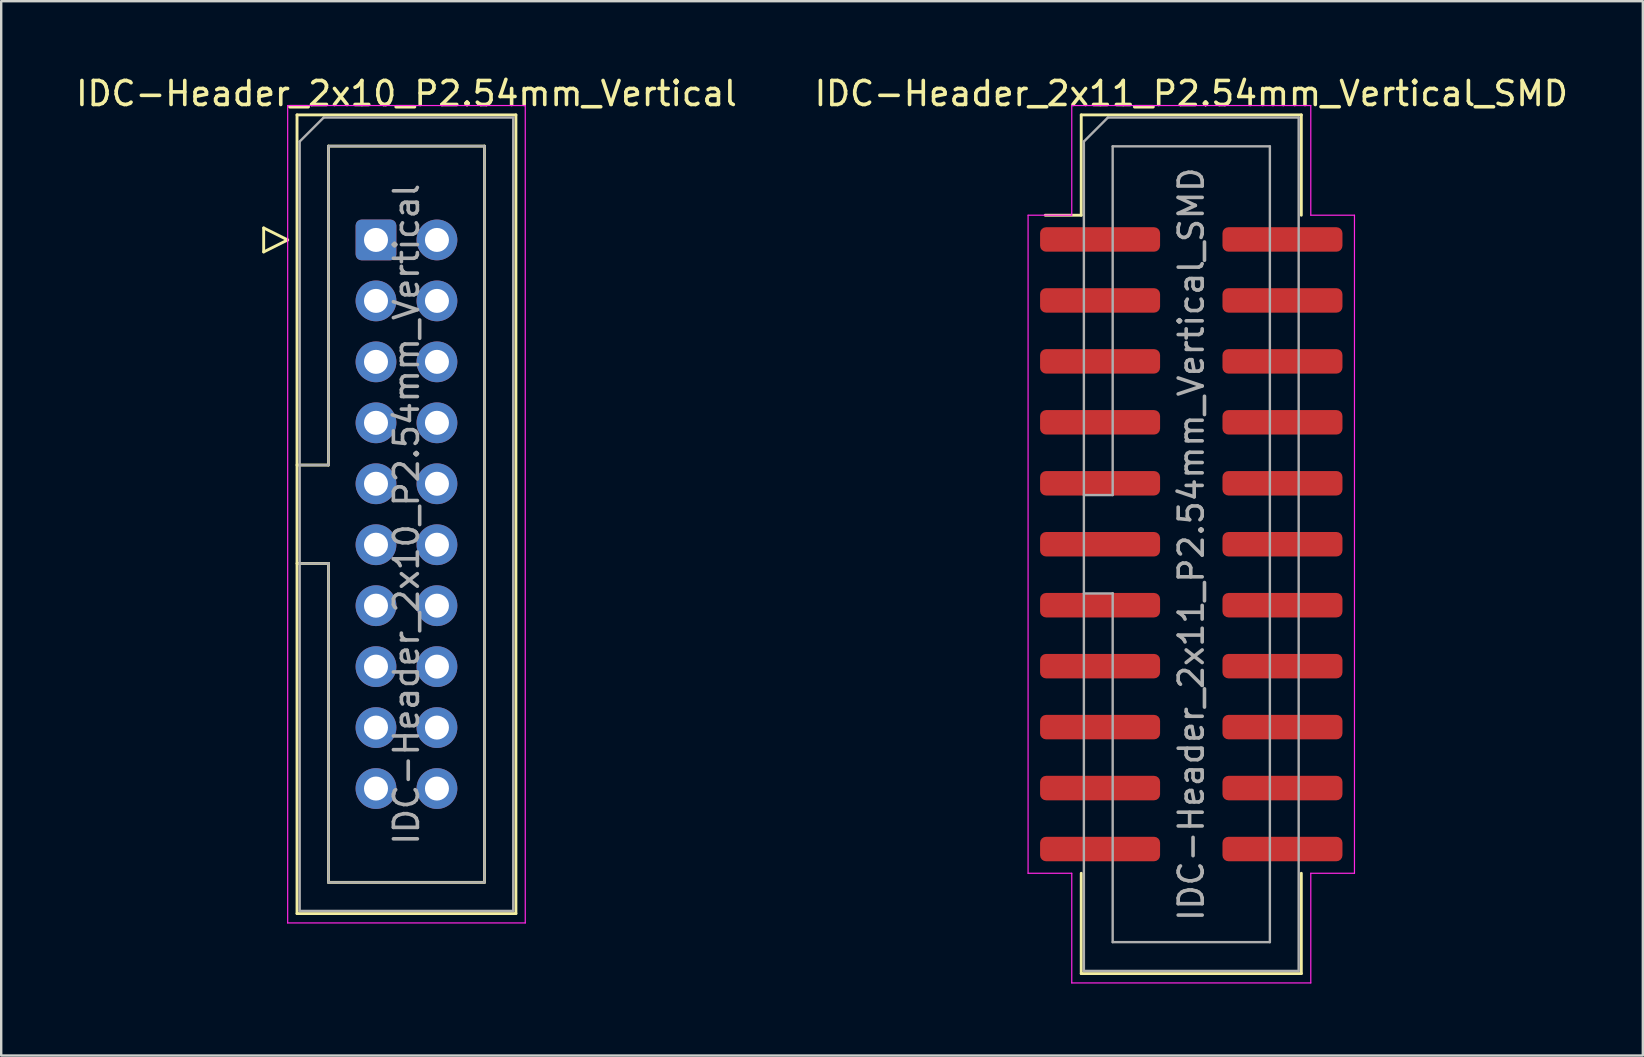
<source format=kicad_pcb>
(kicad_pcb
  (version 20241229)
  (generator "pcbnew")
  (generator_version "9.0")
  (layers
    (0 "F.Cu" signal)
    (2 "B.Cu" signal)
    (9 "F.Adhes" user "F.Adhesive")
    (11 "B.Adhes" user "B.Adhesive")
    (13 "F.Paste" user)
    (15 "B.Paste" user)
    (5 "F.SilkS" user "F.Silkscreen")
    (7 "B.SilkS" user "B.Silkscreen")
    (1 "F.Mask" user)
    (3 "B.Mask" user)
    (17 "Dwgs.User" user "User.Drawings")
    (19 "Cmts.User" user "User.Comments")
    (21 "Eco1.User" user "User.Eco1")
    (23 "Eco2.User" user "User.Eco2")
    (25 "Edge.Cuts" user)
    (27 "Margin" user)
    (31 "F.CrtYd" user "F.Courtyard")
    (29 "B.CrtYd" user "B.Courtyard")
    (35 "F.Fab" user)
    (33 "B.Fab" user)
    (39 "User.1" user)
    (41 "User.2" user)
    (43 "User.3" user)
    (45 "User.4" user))
  (footprint "IDC-Header_2x11_P2.54mm_Vertical_SMD"
    (layer "F.Cu")
    (at 46.589 19.628)
    (property "Reference" "IDC-Header_2x11_P2.54mm_Vertical_SMD" (at 0 -18.78 0) (layer "F.SilkS") (effects (font (size 1 1) (thickness 0.15))))
    (attr smd)
    (fp_line (start -4.585 -17.89) (end 4.585 -17.89) (stroke (width 0.12) (type solid)) (layer "F.SilkS"))
    (fp_line (start -4.585 -13.71) (end -6.085 -13.71) (stroke (width 0.12) (type solid)) (layer "F.SilkS"))
    (fp_line (start -4.585 -13.71) (end -4.585 -17.89) (stroke (width 0.12) (type solid)) (layer "F.SilkS"))
    (fp_line (start -4.585 13.71) (end -4.585 17.89) (stroke (width 0.12) (type solid)) (layer "F.SilkS"))
    (fp_line (start -4.585 17.89) (end 4.585 17.89) (stroke (width 0.12) (type solid)) (layer "F.SilkS"))
    (fp_line (start 4.585 -17.89) (end 4.585 -13.71) (stroke (width 0.12) (type solid)) (layer "F.SilkS"))
    (fp_line (start 4.585 17.89) (end 4.585 13.71) (stroke (width 0.12) (type solid)) (layer "F.SilkS"))
    (fp_line (start -6.8 -13.71) (end -6.8 13.71) (stroke (width 0.05) (type solid)) (layer "F.CrtYd"))
    (fp_line (start -6.8 13.71) (end -4.98 13.71) (stroke (width 0.05) (type solid)) (layer "F.CrtYd"))
    (fp_line (start -4.98 -18.28) (end -4.98 -13.71) (stroke (width 0.05) (type solid)) (layer "F.CrtYd"))
    (fp_line (start -4.98 -13.71) (end -6.8 -13.71) (stroke (width 0.05) (type solid)) (layer "F.CrtYd"))
    (fp_line (start -4.98 13.71) (end -4.98 18.28) (stroke (width 0.05) (type solid)) (layer "F.CrtYd"))
    (fp_line (start -4.98 18.28) (end 4.98 18.28) (stroke (width 0.05) (type solid)) (layer "F.CrtYd"))
    (fp_line (start 4.98 -18.28) (end -4.98 -18.28) (stroke (width 0.05) (type solid)) (layer "F.CrtYd"))
    (fp_line (start 4.98 -13.71) (end 4.98 -18.28) (stroke (width 0.05) (type solid)) (layer "F.CrtYd"))
    (fp_line (start 4.98 13.71) (end 6.8 13.71) (stroke (width 0.05) (type solid)) (layer "F.CrtYd"))
    (fp_line (start 4.98 18.28) (end 4.98 13.71) (stroke (width 0.05) (type solid)) (layer "F.CrtYd"))
    (fp_line (start 6.8 -13.71) (end 4.98 -13.71) (stroke (width 0.05) (type solid)) (layer "F.CrtYd"))
    (fp_line (start 6.8 13.71) (end 6.8 -13.71) (stroke (width 0.05) (type solid)) (layer "F.CrtYd"))
    (fp_line (start -4.475 -16.78) (end -3.475 -17.78) (stroke (width 0.1) (type solid)) (layer "F.Fab"))
    (fp_line (start -4.475 -2.05) (end -3.275 -2.05) (stroke (width 0.1) (type solid)) (layer "F.Fab"))
    (fp_line (start -4.475 17.78) (end -4.475 -16.78) (stroke (width 0.1) (type solid)) (layer "F.Fab"))
    (fp_line (start -3.475 -17.78) (end 4.475 -17.78) (stroke (width 0.1) (type solid)) (layer "F.Fab"))
    (fp_line (start -3.275 -16.58) (end 3.275 -16.58) (stroke (width 0.1) (type solid)) (layer "F.Fab"))
    (fp_line (start -3.275 -2.05) (end -3.275 -16.58) (stroke (width 0.1) (type solid)) (layer "F.Fab"))
    (fp_line (start -3.275 2.05) (end -4.475 2.05) (stroke (width 0.1) (type solid)) (layer "F.Fab"))
    (fp_line (start -3.275 2.05) (end -3.275 2.05) (stroke (width 0.1) (type solid)) (layer "F.Fab"))
    (fp_line (start -3.275 16.58) (end -3.275 2.05) (stroke (width 0.1) (type solid)) (layer "F.Fab"))
    (fp_line (start 3.275 -16.58) (end 3.275 16.58) (stroke (width 0.1) (type solid)) (layer "F.Fab"))
    (fp_line (start 3.275 16.58) (end -3.275 16.58) (stroke (width 0.1) (type solid)) (layer "F.Fab"))
    (fp_line (start 4.475 -17.78) (end 4.475 17.78) (stroke (width 0.1) (type solid)) (layer "F.Fab"))
    (fp_line (start 4.475 17.78) (end -4.475 17.78) (stroke (width 0.1) (type solid)) (layer "F.Fab"))
    (fp_text user "${REFERENCE}" (at 0 0 90) (layer "F.Fab") (effects (font (size 1 1) (thickness 0.15))))
    (pad "1" smd roundrect (at -3.8 -12.7) (size 5 1.02) (layers "F.Cu" "F.Mask" "F.Paste") (roundrect_rratio 0.245))
    (pad "2" smd roundrect (at 3.8 -12.7) (size 5 1.02) (layers "F.Cu" "F.Mask" "F.Paste") (roundrect_rratio 0.245))
    (pad "3" smd roundrect (at -3.8 -10.16) (size 5 1.02) (layers "F.Cu" "F.Mask" "F.Paste") (roundrect_rratio 0.245))
    (pad "4" smd roundrect (at 3.8 -10.16) (size 5 1.02) (layers "F.Cu" "F.Mask" "F.Paste") (roundrect_rratio 0.245))
    (pad "5" smd roundrect (at -3.8 -7.62) (size 5 1.02) (layers "F.Cu" "F.Mask" "F.Paste") (roundrect_rratio 0.245))
    (pad "6" smd roundrect (at 3.8 -7.62) (size 5 1.02) (layers "F.Cu" "F.Mask" "F.Paste") (roundrect_rratio 0.245))
    (pad "7" smd roundrect (at -3.8 -5.08) (size 5 1.02) (layers "F.Cu" "F.Mask" "F.Paste") (roundrect_rratio 0.245))
    (pad "8" smd roundrect (at 3.8 -5.08) (size 5 1.02) (layers "F.Cu" "F.Mask" "F.Paste") (roundrect_rratio 0.245))
    (pad "9" smd roundrect (at -3.8 -2.54) (size 5 1.02) (layers "F.Cu" "F.Mask" "F.Paste") (roundrect_rratio 0.245))
    (pad "10" smd roundrect (at 3.8 -2.54) (size 5 1.02) (layers "F.Cu" "F.Mask" "F.Paste") (roundrect_rratio 0.245))
    (pad "11" smd roundrect (at -3.8 0) (size 5 1.02) (layers "F.Cu" "F.Mask" "F.Paste") (roundrect_rratio 0.245))
    (pad "12" smd roundrect (at 3.8 0) (size 5 1.02) (layers "F.Cu" "F.Mask" "F.Paste") (roundrect_rratio 0.245))
    (pad "13" smd roundrect (at -3.8 2.54) (size 5 1.02) (layers "F.Cu" "F.Mask" "F.Paste") (roundrect_rratio 0.245))
    (pad "14" smd roundrect (at 3.8 2.54) (size 5 1.02) (layers "F.Cu" "F.Mask" "F.Paste") (roundrect_rratio 0.245))
    (pad "15" smd roundrect (at -3.8 5.08) (size 5 1.02) (layers "F.Cu" "F.Mask" "F.Paste") (roundrect_rratio 0.245))
    (pad "16" smd roundrect (at 3.8 5.08) (size 5 1.02) (layers "F.Cu" "F.Mask" "F.Paste") (roundrect_rratio 0.245))
    (pad "17" smd roundrect (at -3.8 7.62) (size 5 1.02) (layers "F.Cu" "F.Mask" "F.Paste") (roundrect_rratio 0.245))
    (pad "18" smd roundrect (at 3.8 7.62) (size 5 1.02) (layers "F.Cu" "F.Mask" "F.Paste") (roundrect_rratio 0.245))
    (pad "19" smd roundrect (at -3.8 10.16) (size 5 1.02) (layers "F.Cu" "F.Mask" "F.Paste") (roundrect_rratio 0.245))
    (pad "20" smd roundrect (at 3.8 10.16) (size 5 1.02) (layers "F.Cu" "F.Mask" "F.Paste") (roundrect_rratio 0.245))
    (pad "21" smd roundrect (at -3.8 12.7) (size 5 1.02) (layers "F.Cu" "F.Mask" "F.Paste") (roundrect_rratio 0.245))
    (pad "22" smd roundrect (at 3.8 12.7) (size 5 1.02) (layers "F.Cu" "F.Mask" "F.Paste") (roundrect_rratio 0.245)))
  (footprint "IDC-Header_2x10_P2.54mm_Vertical"
    (layer "F.Cu")
    (at 12.617 6.948)
    (property "Reference" "IDC-Header_2x10_P2.54mm_Vertical" (at 1.27 -6.1 0) (layer "F.SilkS") (effects (font (size 1 1) (thickness 0.15))))
    (attr through_hole)
    (fp_line (start -4.68 -0.5) (end -4.68 0.5) (stroke (width 0.12) (type solid)) (layer "F.SilkS"))
    (fp_line (start -4.68 0.5) (end -3.68 0) (stroke (width 0.12) (type solid)) (layer "F.SilkS"))
    (fp_line (start -3.68 0) (end -4.68 -0.5) (stroke (width 0.12) (type solid)) (layer "F.SilkS"))
    (fp_line (start -3.29 -5.21) (end 5.83 -5.21) (stroke (width 0.12) (type solid)) (layer "F.SilkS"))
    (fp_line (start -3.29 9.38) (end -1.98 9.38) (stroke (width 0.12) (type solid)) (layer "F.SilkS"))
    (fp_line (start -3.29 28.07) (end -3.29 -5.21) (stroke (width 0.12) (type solid)) (layer "F.SilkS"))
    (fp_line (start -1.98 -3.91) (end 4.52 -3.91) (stroke (width 0.12) (type solid)) (layer "F.SilkS"))
    (fp_line (start -1.98 9.38) (end -1.98 -3.91) (stroke (width 0.12) (type solid)) (layer "F.SilkS"))
    (fp_line (start -1.98 13.48) (end -3.29 13.48) (stroke (width 0.12) (type solid)) (layer "F.SilkS"))
    (fp_line (start -1.98 13.48) (end -1.98 13.48) (stroke (width 0.12) (type solid)) (layer "F.SilkS"))
    (fp_line (start -1.98 26.77) (end -1.98 13.48) (stroke (width 0.12) (type solid)) (layer "F.SilkS"))
    (fp_line (start 4.52 -3.91) (end 4.52 26.77) (stroke (width 0.12) (type solid)) (layer "F.SilkS"))
    (fp_line (start 4.52 26.77) (end -1.98 26.77) (stroke (width 0.12) (type solid)) (layer "F.SilkS"))
    (fp_line (start 5.83 -5.21) (end 5.83 28.07) (stroke (width 0.12) (type solid)) (layer "F.SilkS"))
    (fp_line (start 5.83 28.07) (end -3.29 28.07) (stroke (width 0.12) (type solid)) (layer "F.SilkS"))
    (fp_line (start -3.68 -5.6) (end -3.68 28.46) (stroke (width 0.05) (type solid)) (layer "F.CrtYd"))
    (fp_line (start -3.68 28.46) (end 6.22 28.46) (stroke (width 0.05) (type solid)) (layer "F.CrtYd"))
    (fp_line (start 6.22 -5.6) (end -3.68 -5.6) (stroke (width 0.05) (type solid)) (layer "F.CrtYd"))
    (fp_line (start 6.22 28.46) (end 6.22 -5.6) (stroke (width 0.05) (type solid)) (layer "F.CrtYd"))
    (fp_line (start -3.18 -4.1) (end -2.18 -5.1) (stroke (width 0.1) (type solid)) (layer "F.Fab"))
    (fp_line (start -3.18 9.38) (end -1.98 9.38) (stroke (width 0.1) (type solid)) (layer "F.Fab"))
    (fp_line (start -3.18 27.96) (end -3.18 -4.1) (stroke (width 0.1) (type solid)) (layer "F.Fab"))
    (fp_line (start -2.18 -5.1) (end 5.72 -5.1) (stroke (width 0.1) (type solid)) (layer "F.Fab"))
    (fp_line (start -1.98 -3.91) (end 4.52 -3.91) (stroke (width 0.1) (type solid)) (layer "F.Fab"))
    (fp_line (start -1.98 9.38) (end -1.98 -3.91) (stroke (width 0.1) (type solid)) (layer "F.Fab"))
    (fp_line (start -1.98 13.48) (end -3.18 13.48) (stroke (width 0.1) (type solid)) (layer "F.Fab"))
    (fp_line (start -1.98 13.48) (end -1.98 13.48) (stroke (width 0.1) (type solid)) (layer "F.Fab"))
    (fp_line (start -1.98 26.77) (end -1.98 13.48) (stroke (width 0.1) (type solid)) (layer "F.Fab"))
    (fp_line (start 4.52 -3.91) (end 4.52 26.77) (stroke (width 0.1) (type solid)) (layer "F.Fab"))
    (fp_line (start 4.52 26.77) (end -1.98 26.77) (stroke (width 0.1) (type solid)) (layer "F.Fab"))
    (fp_line (start 5.72 -5.1) (end 5.72 27.96) (stroke (width 0.1) (type solid)) (layer "F.Fab"))
    (fp_line (start 5.72 27.96) (end -3.18 27.96) (stroke (width 0.1) (type solid)) (layer "F.Fab"))
    (fp_text user "${REFERENCE}" (at 1.27 11.43 90) (layer "F.Fab") (effects (font (size 1 1) (thickness 0.15))))
    (pad "1" thru_hole roundrect (at 0 0) (size 1.7 1.7) (drill 1) (layers "*.Cu" "*.Mask") (roundrect_rratio 0.147))
    (pad "2" thru_hole circle (at 2.54 0) (size 1.7 1.7) (drill 1) (layers "*.Cu" "*.Mask"))
    (pad "3" thru_hole circle (at 0 2.54) (size 1.7 1.7) (drill 1) (layers "*.Cu" "*.Mask"))
    (pad "4" thru_hole circle (at 2.54 2.54) (size 1.7 1.7) (drill 1) (layers "*.Cu" "*.Mask"))
    (pad "5" thru_hole circle (at 0 5.08) (size 1.7 1.7) (drill 1) (layers "*.Cu" "*.Mask"))
    (pad "6" thru_hole circle (at 2.54 5.08) (size 1.7 1.7) (drill 1) (layers "*.Cu" "*.Mask"))
    (pad "7" thru_hole circle (at 0 7.62) (size 1.7 1.7) (drill 1) (layers "*.Cu" "*.Mask"))
    (pad "8" thru_hole circle (at 2.54 7.62) (size 1.7 1.7) (drill 1) (layers "*.Cu" "*.Mask"))
    (pad "9" thru_hole circle (at 0 10.16) (size 1.7 1.7) (drill 1) (layers "*.Cu" "*.Mask"))
    (pad "10" thru_hole circle (at 2.54 10.16) (size 1.7 1.7) (drill 1) (layers "*.Cu" "*.Mask"))
    (pad "11" thru_hole circle (at 0 12.7) (size 1.7 1.7) (drill 1) (layers "*.Cu" "*.Mask"))
    (pad "12" thru_hole circle (at 2.54 12.7) (size 1.7 1.7) (drill 1) (layers "*.Cu" "*.Mask"))
    (pad "13" thru_hole circle (at 0 15.24) (size 1.7 1.7) (drill 1) (layers "*.Cu" "*.Mask"))
    (pad "14" thru_hole circle (at 2.54 15.24) (size 1.7 1.7) (drill 1) (layers "*.Cu" "*.Mask"))
    (pad "15" thru_hole circle (at 0 17.78) (size 1.7 1.7) (drill 1) (layers "*.Cu" "*.Mask"))
    (pad "16" thru_hole circle (at 2.54 17.78) (size 1.7 1.7) (drill 1) (layers "*.Cu" "*.Mask"))
    (pad "17" thru_hole circle (at 0 20.32) (size 1.7 1.7) (drill 1) (layers "*.Cu" "*.Mask"))
    (pad "18" thru_hole circle (at 2.54 20.32) (size 1.7 1.7) (drill 1) (layers "*.Cu" "*.Mask"))
    (pad "19" thru_hole circle (at 0 22.86) (size 1.7 1.7) (drill 1) (layers "*.Cu" "*.Mask"))
    (pad "20" thru_hole circle (at 2.54 22.86) (size 1.7 1.7) (drill 1) (layers "*.Cu" "*.Mask")))
  (gr_rect
    (start -3 -3)
    (end 65.405 40.933)
    (stroke (width 0.1) (type default))
    (fill no)
    (layer "Edge.Cuts")))
</source>
